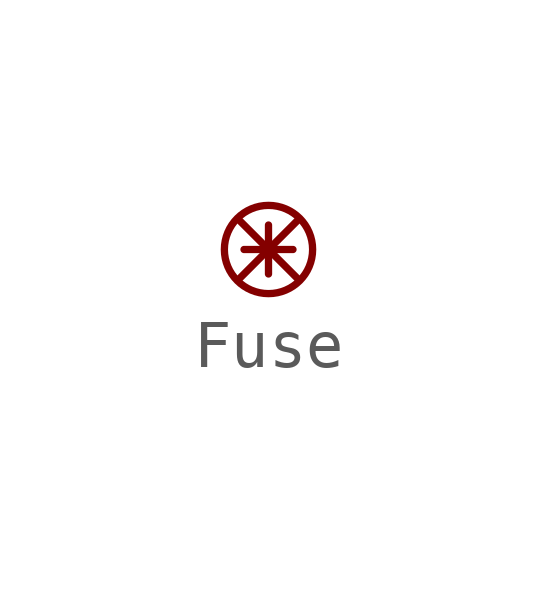
<source format=kicad_sym>
(kicad_symbol_lib
  (version 20211014)
  (generator kicad_symbol_editor)
  (symbol "Fuse"
    (property "Reference" "F"
      (at -2.54 0 0)
      (effects (font (size 1.27 1.27)) hide))
    (symbol "Fuse_0_1"
      (polyline (pts (xy -0.635 -0.635) (xy 0.635 0.635)) (stroke (width 0.152) (type default) (color 0 0 0 0)) (fill (type none)))
      (polyline (pts (xy -0.635 0.635) (xy 0.635 -0.635)) (stroke (width 0.152) (type default) (color 0 0 0 0)) (fill (type none)))
      (polyline (pts (xy -0.508 0) (xy 0.508 0)) (stroke (width 0.152) (type default) (color 0 0 0 0)) (fill (type none)))
      (polyline (pts (xy 0 -0.508) (xy 0 0.508)) (stroke (width 0.152) (type default) (color 0 0 0 0)) (fill (type none)))
      (circle (center 0 0) (radius 0.916) (stroke (width 0.152) (type default) (color 0 0 0 0)) (fill (type none))))
    (symbol "Fuse_1_1"
      (pin output line (at 0 0 180) (length 0) (name "~" (effects (font (size 1.27 1.27)))) (number "" (effects (font (size 1.27 1.27))))))))
</source>
